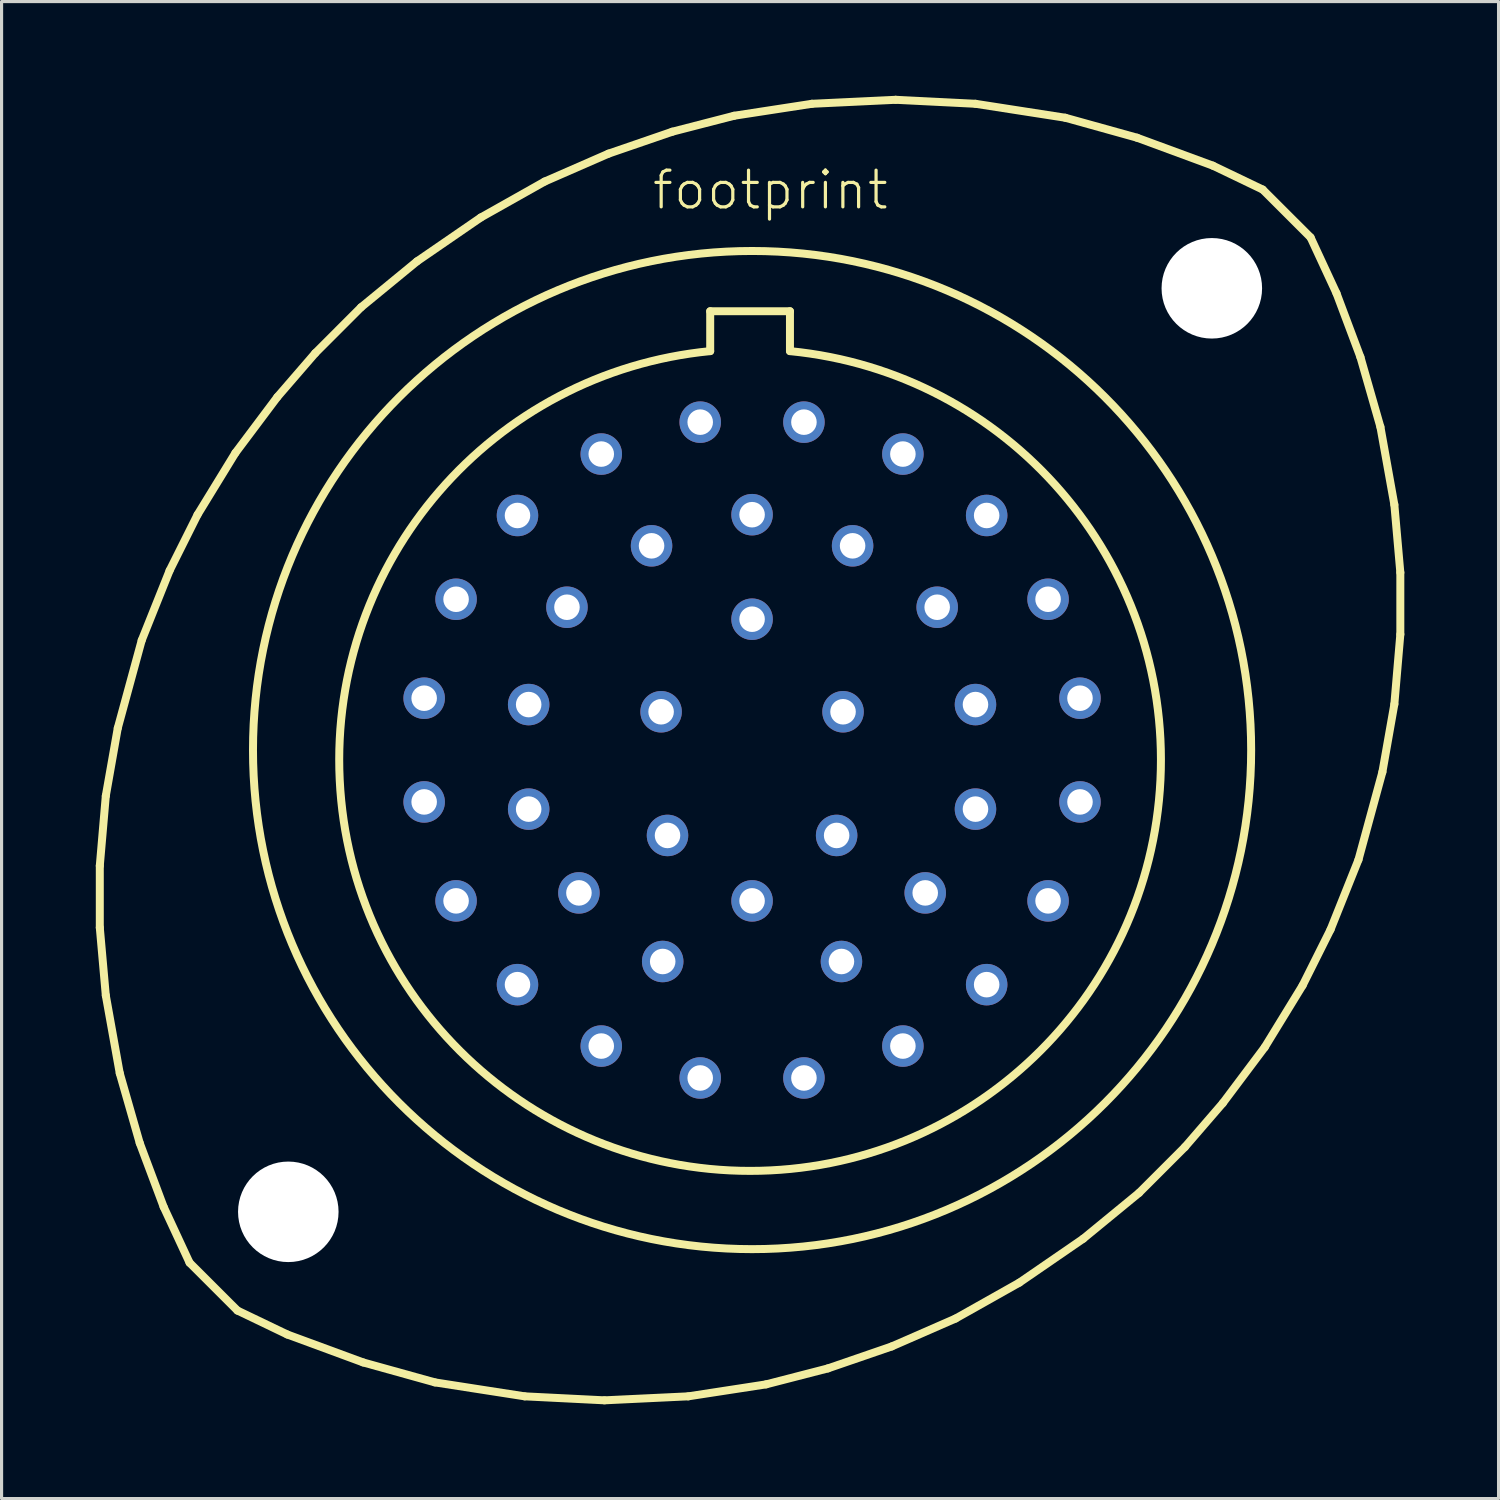
<source format=kicad_pcb>
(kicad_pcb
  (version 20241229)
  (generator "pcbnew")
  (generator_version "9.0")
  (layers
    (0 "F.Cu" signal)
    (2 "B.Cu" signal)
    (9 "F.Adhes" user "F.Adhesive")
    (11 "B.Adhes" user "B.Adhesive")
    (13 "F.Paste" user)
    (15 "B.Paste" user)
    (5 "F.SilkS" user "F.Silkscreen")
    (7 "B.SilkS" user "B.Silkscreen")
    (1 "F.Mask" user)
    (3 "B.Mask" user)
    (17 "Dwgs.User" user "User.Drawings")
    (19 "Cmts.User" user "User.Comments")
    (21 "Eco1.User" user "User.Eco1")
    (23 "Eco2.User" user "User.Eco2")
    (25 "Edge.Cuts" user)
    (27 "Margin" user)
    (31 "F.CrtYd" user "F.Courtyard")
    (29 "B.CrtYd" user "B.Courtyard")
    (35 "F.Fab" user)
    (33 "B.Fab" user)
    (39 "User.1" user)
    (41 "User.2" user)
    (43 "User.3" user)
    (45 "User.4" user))
  (footprint "footprint"
    (layer "F.Cu")
    (at 20.892 20.828)
    (property "Reference" "footprint" (at -3.239 -17.145 0) (layer "F.SilkS") (effects (font (size 1.168 1.168) (thickness 0.102)) (justify left bottom)))
    (fp_line (start -20.765 3.683) (end -20.574 1.46) (stroke (width 0.254) (type solid)) (layer "F.SilkS"))
    (fp_line (start -20.765 5.652) (end -20.765 3.683) (stroke (width 0.254) (type solid)) (layer "F.SilkS"))
    (fp_line (start -20.574 1.46) (end -20.193 -0.699) (stroke (width 0.254) (type solid)) (layer "F.SilkS"))
    (fp_line (start -20.574 7.811) (end -20.765 5.652) (stroke (width 0.254) (type solid)) (layer "F.SilkS"))
    (fp_line (start -20.193 -0.699) (end -19.431 -3.493) (stroke (width 0.254) (type solid)) (layer "F.SilkS"))
    (fp_line (start -20.13 10.287) (end -20.574 7.811) (stroke (width 0.254) (type solid)) (layer "F.SilkS"))
    (fp_line (start -19.494 12.509) (end -20.13 10.287) (stroke (width 0.254) (type solid)) (layer "F.SilkS"))
    (fp_line (start -19.431 -3.493) (end -18.542 -5.715) (stroke (width 0.254) (type solid)) (layer "F.SilkS"))
    (fp_line (start -18.733 14.541) (end -19.494 12.509) (stroke (width 0.254) (type solid)) (layer "F.SilkS"))
    (fp_line (start -18.542 -5.715) (end -17.653 -7.493) (stroke (width 0.254) (type solid)) (layer "F.SilkS"))
    (fp_line (start -17.907 16.32) (end -18.733 14.541) (stroke (width 0.254) (type solid)) (layer "F.SilkS"))
    (fp_line (start -17.907 16.32) (end -16.383 17.843) (stroke (width 0.254) (type solid)) (layer "F.SilkS"))
    (fp_line (start -17.653 -7.493) (end -16.447 -9.461) (stroke (width 0.254) (type solid)) (layer "F.SilkS"))
    (fp_line (start -16.447 -9.461) (end -15.113 -11.239) (stroke (width 0.254) (type solid)) (layer "F.SilkS"))
    (fp_line (start -15.113 -11.239) (end -13.906 -12.636) (stroke (width 0.254) (type solid)) (layer "F.SilkS"))
    (fp_line (start -14.796 18.605) (end -16.383 17.843) (stroke (width 0.254) (type solid)) (layer "F.SilkS"))
    (fp_line (start -13.906 -12.636) (end -12.446 -14.097) (stroke (width 0.254) (type solid)) (layer "F.SilkS"))
    (fp_line (start -12.446 -14.097) (end -10.668 -15.557) (stroke (width 0.254) (type solid)) (layer "F.SilkS"))
    (fp_line (start -12.383 19.494) (end -14.796 18.605) (stroke (width 0.254) (type solid)) (layer "F.SilkS"))
    (fp_line (start -10.668 -15.557) (end -8.636 -16.954) (stroke (width 0.254) (type solid)) (layer "F.SilkS"))
    (fp_line (start -10.097 20.13) (end -12.383 19.494) (stroke (width 0.254) (type solid)) (layer "F.SilkS"))
    (fp_line (start -8.636 -16.954) (end -6.604 -18.098) (stroke (width 0.254) (type solid)) (layer "F.SilkS"))
    (fp_line (start -7.239 20.574) (end -10.097 20.13) (stroke (width 0.254) (type solid)) (layer "F.SilkS"))
    (fp_line (start -6.604 -18.098) (end -4.572 -18.986) (stroke (width 0.254) (type solid)) (layer "F.SilkS"))
    (fp_line (start -4.699 20.701) (end -7.239 20.574) (stroke (width 0.254) (type solid)) (layer "F.SilkS"))
    (fp_line (start -4.572 -18.986) (end -2.54 -19.685) (stroke (width 0.254) (type solid)) (layer "F.SilkS"))
    (fp_line (start -2.54 -19.685) (end -0.572 -20.193) (stroke (width 0.254) (type solid)) (layer "F.SilkS"))
    (fp_line (start -2.032 20.574) (end -4.699 20.701) (stroke (width 0.254) (type solid)) (layer "F.SilkS"))
    (fp_line (start -1.333 -13.97) (end 1.206 -13.97) (stroke (width 0.254) (type solid)) (layer "F.SilkS"))
    (fp_line (start -1.333 -12.7) (end -1.333 -13.97) (stroke (width 0.254) (type solid)) (layer "F.SilkS"))
    (fp_line (start -0.572 -20.193) (end 1.905 -20.574) (stroke (width 0.254) (type solid)) (layer "F.SilkS"))
    (fp_line (start 0.445 20.193) (end -2.032 20.574) (stroke (width 0.254) (type solid)) (layer "F.SilkS"))
    (fp_line (start 1.206 -13.97) (end 1.206 -12.7) (stroke (width 0.254) (type solid)) (layer "F.SilkS"))
    (fp_line (start 1.905 -20.574) (end 4.572 -20.701) (stroke (width 0.254) (type solid)) (layer "F.SilkS"))
    (fp_line (start 2.413 19.685) (end 0.445 20.193) (stroke (width 0.254) (type solid)) (layer "F.SilkS"))
    (fp_line (start 4.445 18.986) (end 2.413 19.685) (stroke (width 0.254) (type solid)) (layer "F.SilkS"))
    (fp_line (start 4.572 -20.701) (end 7.112 -20.574) (stroke (width 0.254) (type solid)) (layer "F.SilkS"))
    (fp_line (start 6.477 18.098) (end 4.445 18.986) (stroke (width 0.254) (type solid)) (layer "F.SilkS"))
    (fp_line (start 7.112 -20.574) (end 9.97 -20.13) (stroke (width 0.254) (type solid)) (layer "F.SilkS"))
    (fp_line (start 8.509 16.954) (end 6.477 18.098) (stroke (width 0.254) (type solid)) (layer "F.SilkS"))
    (fp_line (start 9.97 -20.13) (end 12.255 -19.494) (stroke (width 0.254) (type solid)) (layer "F.SilkS"))
    (fp_line (start 10.541 15.557) (end 8.509 16.954) (stroke (width 0.254) (type solid)) (layer "F.SilkS"))
    (fp_line (start 12.255 -19.494) (end 14.668 -18.605) (stroke (width 0.254) (type solid)) (layer "F.SilkS"))
    (fp_line (start 12.319 14.097) (end 10.541 15.557) (stroke (width 0.254) (type solid)) (layer "F.SilkS"))
    (fp_line (start 13.78 12.636) (end 12.319 14.097) (stroke (width 0.254) (type solid)) (layer "F.SilkS"))
    (fp_line (start 14.668 -18.605) (end 16.256 -17.843) (stroke (width 0.254) (type solid)) (layer "F.SilkS"))
    (fp_line (start 14.986 11.239) (end 13.78 12.636) (stroke (width 0.254) (type solid)) (layer "F.SilkS"))
    (fp_line (start 16.256 -17.843) (end 17.78 -16.32) (stroke (width 0.254) (type solid)) (layer "F.SilkS"))
    (fp_line (start 16.32 9.461) (end 14.986 11.239) (stroke (width 0.254) (type solid)) (layer "F.SilkS"))
    (fp_line (start 17.526 7.493) (end 16.32 9.461) (stroke (width 0.254) (type solid)) (layer "F.SilkS"))
    (fp_line (start 17.78 -16.32) (end 18.605 -14.541) (stroke (width 0.254) (type solid)) (layer "F.SilkS"))
    (fp_line (start 18.415 5.715) (end 17.526 7.493) (stroke (width 0.254) (type solid)) (layer "F.SilkS"))
    (fp_line (start 18.605 -14.541) (end 19.367 -12.509) (stroke (width 0.254) (type solid)) (layer "F.SilkS"))
    (fp_line (start 19.304 3.493) (end 18.415 5.715) (stroke (width 0.254) (type solid)) (layer "F.SilkS"))
    (fp_line (start 19.367 -12.509) (end 20.003 -10.287) (stroke (width 0.254) (type solid)) (layer "F.SilkS"))
    (fp_line (start 20.003 -10.287) (end 20.447 -7.811) (stroke (width 0.254) (type solid)) (layer "F.SilkS"))
    (fp_line (start 20.066 0.699) (end 19.304 3.493) (stroke (width 0.254) (type solid)) (layer "F.SilkS"))
    (fp_line (start 20.447 -7.811) (end 20.637 -5.652) (stroke (width 0.254) (type solid)) (layer "F.SilkS"))
    (fp_line (start 20.447 -1.46) (end 20.066 0.699) (stroke (width 0.254) (type solid)) (layer "F.SilkS"))
    (fp_line (start 20.637 -5.652) (end 20.637 -3.683) (stroke (width 0.254) (type solid)) (layer "F.SilkS"))
    (fp_line (start 20.637 -3.683) (end 20.447 -1.46) (stroke (width 0.254) (type solid)) (layer "F.SilkS"))
    (fp_arc (start 1.2065 -12.7) (mid -0.0635 13.396803) (end -1.3335 -12.7) (stroke (width 0.254) (type solid)) (layer "F.SilkS"))
    (fp_circle (center 0 0) (end 15.888 0) (stroke (width 0.254) (type solid)) (fill no) (layer "F.SilkS"))
    (pad "" np_thru_hole circle (at -14.764 14.7) (size 3.2 3.2) (drill 3.2) (layers "*.Cu" "*.Mask"))
    (pad "" np_thru_hole circle (at 14.636 -14.7) (size 3.2 3.2) (drill 3.2) (layers "*.Cu" "*.Mask"))
    (pad "A" thru_hole circle (at 1.651 -10.439) (size 1.321 1.321) (drill 0.813) (layers "*.Cu" "*.Mask"))
    (pad "A'" thru_hole circle (at 7.112 -1.448) (size 1.321 1.321) (drill 0.813) (layers "*.Cu" "*.Mask"))
    (pad "B" thru_hole circle (at 4.801 -9.423) (size 1.321 1.321) (drill 0.813) (layers "*.Cu" "*.Mask"))
    (pad "B'" thru_hole circle (at 7.112 1.88) (size 1.321 1.321) (drill 0.813) (layers "*.Cu" "*.Mask"))
    (pad "C" thru_hole circle (at 7.468 -7.468) (size 1.321 1.321) (drill 0.813) (layers "*.Cu" "*.Mask"))
    (pad "C'" thru_hole circle (at 5.512 4.547) (size 1.321 1.321) (drill 0.813) (layers "*.Cu" "*.Mask"))
    (pad "D" thru_hole circle (at 9.423 -4.801) (size 1.321 1.321) (drill 0.813) (layers "*.Cu" "*.Mask"))
    (pad "D'" thru_hole circle (at 2.845 6.731) (size 1.321 1.321) (drill 0.813) (layers "*.Cu" "*.Mask"))
    (pad "E" thru_hole circle (at 10.439 -1.651) (size 1.321 1.321) (drill 0.813) (layers "*.Cu" "*.Mask"))
    (pad "E'" thru_hole circle (at -2.845 6.731) (size 1.321 1.321) (drill 0.813) (layers "*.Cu" "*.Mask"))
    (pad "F" thru_hole circle (at 10.439 1.651) (size 1.321 1.321) (drill 0.813) (layers "*.Cu" "*.Mask"))
    (pad "F'" thru_hole circle (at -5.512 4.547) (size 1.321 1.321) (drill 0.813) (layers "*.Cu" "*.Mask"))
    (pad "G" thru_hole circle (at 9.423 4.801) (size 1.321 1.321) (drill 0.813) (layers "*.Cu" "*.Mask"))
    (pad "G'" thru_hole circle (at -7.112 1.88) (size 1.321 1.321) (drill 0.813) (layers "*.Cu" "*.Mask"))
    (pad "H" thru_hole circle (at 7.468 7.468) (size 1.321 1.321) (drill 0.813) (layers "*.Cu" "*.Mask"))
    (pad "H'" thru_hole circle (at -7.112 -1.448) (size 1.321 1.321) (drill 0.813) (layers "*.Cu" "*.Mask"))
    (pad "I'" thru_hole circle (at -5.893 -4.547) (size 1.321 1.321) (drill 0.813) (layers "*.Cu" "*.Mask"))
    (pad "J" thru_hole circle (at 4.801 9.423) (size 1.321 1.321) (drill 0.813) (layers "*.Cu" "*.Mask"))
    (pad "J'" thru_hole circle (at -3.2 -6.502) (size 1.321 1.321) (drill 0.813) (layers "*.Cu" "*.Mask"))
    (pad "K" thru_hole circle (at 1.651 10.439) (size 1.321 1.321) (drill 0.813) (layers "*.Cu" "*.Mask"))
    (pad "K'" thru_hole circle (at 0 -4.166) (size 1.321 1.321) (drill 0.813) (layers "*.Cu" "*.Mask"))
    (pad "L" thru_hole circle (at -1.651 10.439) (size 1.321 1.321) (drill 0.813) (layers "*.Cu" "*.Mask"))
    (pad "M" thru_hole circle (at -4.801 9.423) (size 1.321 1.321) (drill 0.813) (layers "*.Cu" "*.Mask"))
    (pad "M'" thru_hole circle (at 2.896 -1.219) (size 1.321 1.321) (drill 0.813) (layers "*.Cu" "*.Mask"))
    (pad "N" thru_hole circle (at -7.468 7.468) (size 1.321 1.321) (drill 0.813) (layers "*.Cu" "*.Mask"))
    (pad "N'" thru_hole circle (at 2.692 2.718) (size 1.321 1.321) (drill 0.813) (layers "*.Cu" "*.Mask"))
    (pad "P" thru_hole circle (at -9.423 4.801) (size 1.321 1.321) (drill 0.813) (layers "*.Cu" "*.Mask"))
    (pad "P'" thru_hole circle (at 0 4.801) (size 1.321 1.321) (drill 0.813) (layers "*.Cu" "*.Mask"))
    (pad "Q'" thru_hole circle (at -2.692 2.718) (size 1.321 1.321) (drill 0.813) (layers "*.Cu" "*.Mask"))
    (pad "R" thru_hole circle (at -10.439 1.651) (size 1.321 1.321) (drill 0.813) (layers "*.Cu" "*.Mask"))
    (pad "R'" thru_hole circle (at -2.896 -1.219) (size 1.321 1.321) (drill 0.813) (layers "*.Cu" "*.Mask"))
    (pad "S" thru_hole circle (at -10.439 -1.651) (size 1.321 1.321) (drill 0.813) (layers "*.Cu" "*.Mask"))
    (pad "T" thru_hole circle (at -9.423 -4.801) (size 1.321 1.321) (drill 0.813) (layers "*.Cu" "*.Mask"))
    (pad "U" thru_hole circle (at -7.468 -7.468) (size 1.321 1.321) (drill 0.813) (layers "*.Cu" "*.Mask"))
    (pad "V" thru_hole circle (at -4.801 -9.423) (size 1.321 1.321) (drill 0.813) (layers "*.Cu" "*.Mask"))
    (pad "W" thru_hole circle (at -1.651 -10.439) (size 1.321 1.321) (drill 0.813) (layers "*.Cu" "*.Mask"))
    (pad "X" thru_hole circle (at 0 -7.493) (size 1.321 1.321) (drill 0.813) (layers "*.Cu" "*.Mask"))
    (pad "Y" thru_hole circle (at 3.2 -6.502) (size 1.321 1.321) (drill 0.813) (layers "*.Cu" "*.Mask"))
    (pad "Z" thru_hole circle (at 5.893 -4.547) (size 1.321 1.321) (drill 0.813) (layers "*.Cu" "*.Mask")))
  (gr_rect
    (start -3 -3)
    (end 44.656 44.656)
    (stroke (width 0.1) (type default))
    (fill no)
    (layer "Edge.Cuts")))
</source>
